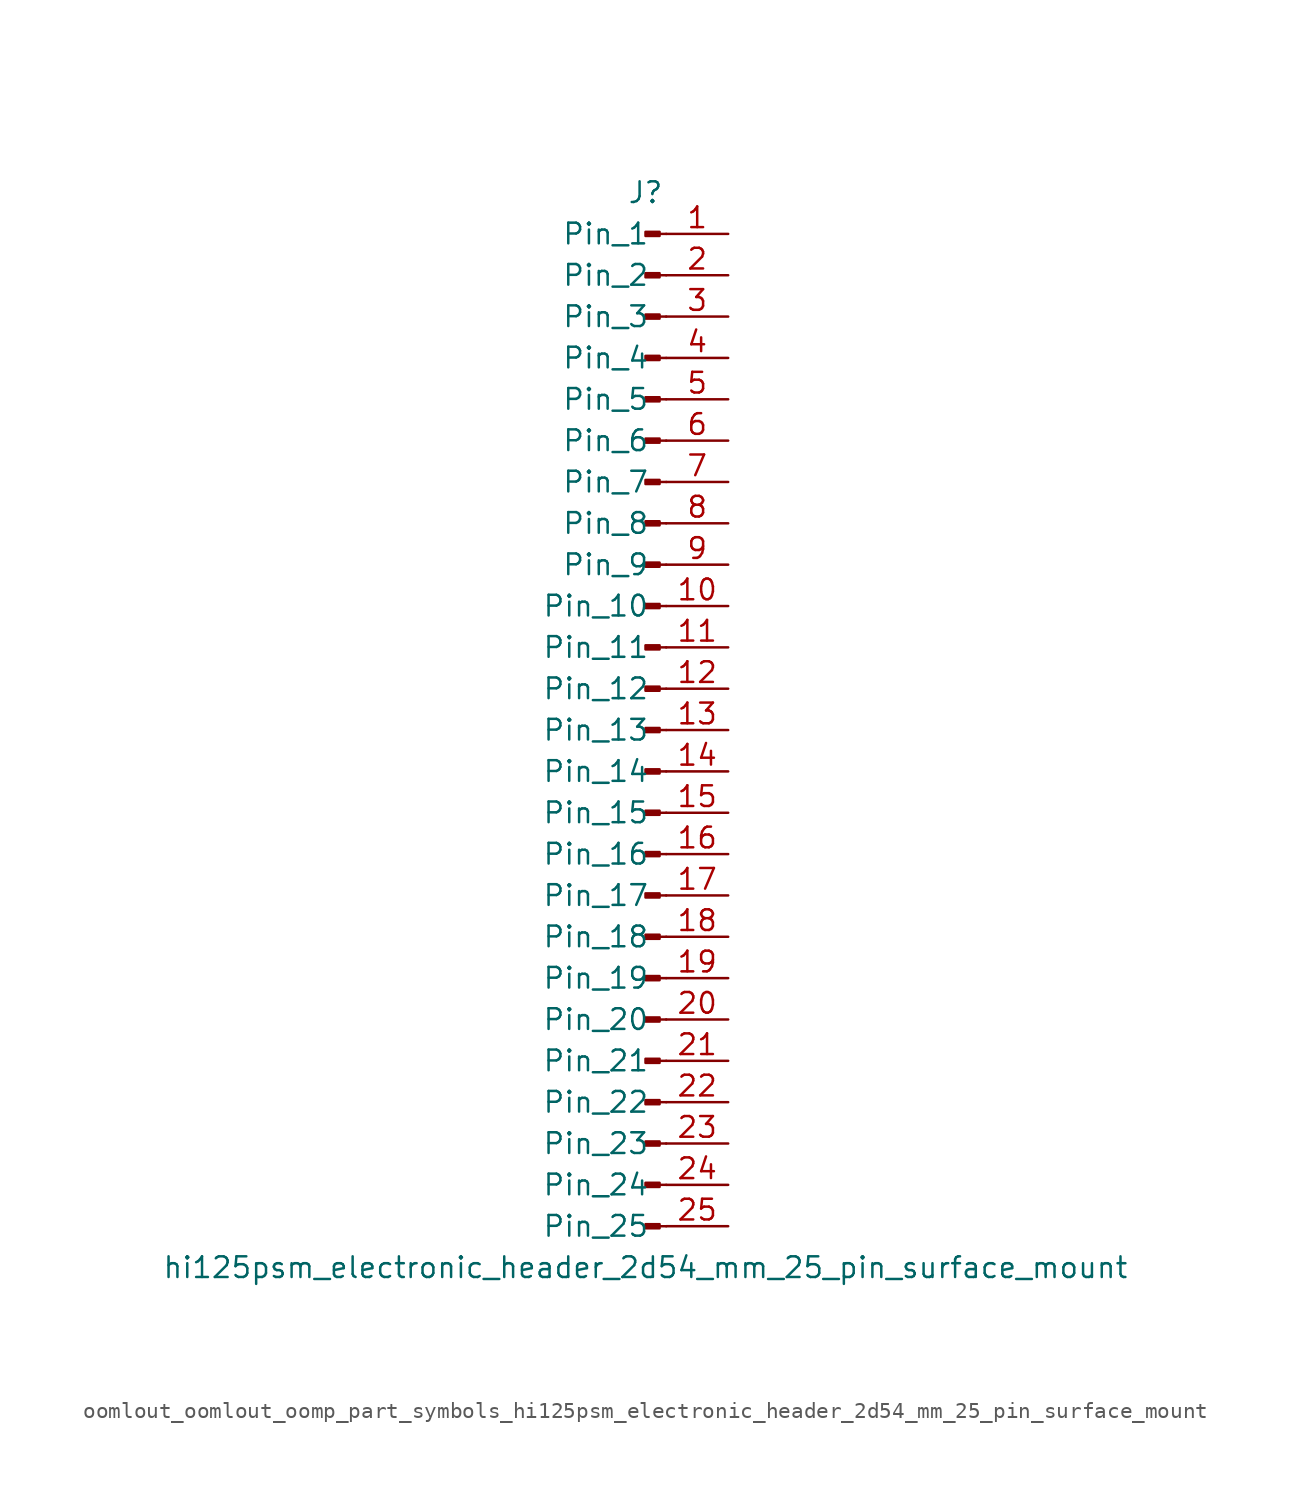
<source format=kicad_sym>
(kicad_symbol_lib
  (version 20220914)
  (generator kicad_symbol_editor)
  (symbol "oomlout_oomlout_oomp_part_symbols_hi125psm_electronic_header_2d54_mm_25_pin_surface_mount"
    (pin_names
      (offset 1.016))
    (property "Reference" "J"
      (at 0 33.02 0)
      (effects (font (size 1.27 1.27))))
    (property "Value" "hi125psm_electronic_header_2d54_mm_25_pin_surface_mount"
      (at 0 -33.02 0)
      (effects (font (size 1.27 1.27))))
    (property "ki_locked" ""
      (at 0 0 0)
      (effects (font (size 1.27 1.27))))
    (symbol "oomlout_oomlout_oomp_part_symbols_hi125psm_electronic_header_2d54_mm_25_pin_surface_mount_1_1"
      (polyline (pts (xy 1.27 -30.48) (xy 0.864 -30.48)) (stroke (width 0.152) (type default)) (fill (type none)))
      (polyline (pts (xy 1.27 -27.94) (xy 0.864 -27.94)) (stroke (width 0.152) (type default)) (fill (type none)))
      (polyline (pts (xy 1.27 -25.4) (xy 0.864 -25.4)) (stroke (width 0.152) (type default)) (fill (type none)))
      (polyline (pts (xy 1.27 -22.86) (xy 0.864 -22.86)) (stroke (width 0.152) (type default)) (fill (type none)))
      (polyline (pts (xy 1.27 -20.32) (xy 0.864 -20.32)) (stroke (width 0.152) (type default)) (fill (type none)))
      (polyline (pts (xy 1.27 -17.78) (xy 0.864 -17.78)) (stroke (width 0.152) (type default)) (fill (type none)))
      (polyline (pts (xy 1.27 -15.24) (xy 0.864 -15.24)) (stroke (width 0.152) (type default)) (fill (type none)))
      (polyline (pts (xy 1.27 -12.7) (xy 0.864 -12.7)) (stroke (width 0.152) (type default)) (fill (type none)))
      (polyline (pts (xy 1.27 -10.16) (xy 0.864 -10.16)) (stroke (width 0.152) (type default)) (fill (type none)))
      (polyline (pts (xy 1.27 -7.62) (xy 0.864 -7.62)) (stroke (width 0.152) (type default)) (fill (type none)))
      (polyline (pts (xy 1.27 -5.08) (xy 0.864 -5.08)) (stroke (width 0.152) (type default)) (fill (type none)))
      (polyline (pts (xy 1.27 -2.54) (xy 0.864 -2.54)) (stroke (width 0.152) (type default)) (fill (type none)))
      (polyline (pts (xy 1.27 0) (xy 0.864 0)) (stroke (width 0.152) (type default)) (fill (type none)))
      (polyline (pts (xy 1.27 2.54) (xy 0.864 2.54)) (stroke (width 0.152) (type default)) (fill (type none)))
      (polyline (pts (xy 1.27 5.08) (xy 0.864 5.08)) (stroke (width 0.152) (type default)) (fill (type none)))
      (polyline (pts (xy 1.27 7.62) (xy 0.864 7.62)) (stroke (width 0.152) (type default)) (fill (type none)))
      (polyline (pts (xy 1.27 10.16) (xy 0.864 10.16)) (stroke (width 0.152) (type default)) (fill (type none)))
      (polyline (pts (xy 1.27 12.7) (xy 0.864 12.7)) (stroke (width 0.152) (type default)) (fill (type none)))
      (polyline (pts (xy 1.27 15.24) (xy 0.864 15.24)) (stroke (width 0.152) (type default)) (fill (type none)))
      (polyline (pts (xy 1.27 17.78) (xy 0.864 17.78)) (stroke (width 0.152) (type default)) (fill (type none)))
      (polyline (pts (xy 1.27 20.32) (xy 0.864 20.32)) (stroke (width 0.152) (type default)) (fill (type none)))
      (polyline (pts (xy 1.27 22.86) (xy 0.864 22.86)) (stroke (width 0.152) (type default)) (fill (type none)))
      (polyline (pts (xy 1.27 25.4) (xy 0.864 25.4)) (stroke (width 0.152) (type default)) (fill (type none)))
      (polyline (pts (xy 1.27 27.94) (xy 0.864 27.94)) (stroke (width 0.152) (type default)) (fill (type none)))
      (polyline (pts (xy 1.27 30.48) (xy 0.864 30.48)) (stroke (width 0.152) (type default)) (fill (type none)))
      (rectangle (start 0.864 -30.353) (end 0 -30.607) (stroke (width 0.152) (type default)) (fill (type outline)))
      (rectangle (start 0.864 -27.813) (end 0 -28.067) (stroke (width 0.152) (type default)) (fill (type outline)))
      (rectangle (start 0.864 -25.273) (end 0 -25.527) (stroke (width 0.152) (type default)) (fill (type outline)))
      (rectangle (start 0.864 -22.733) (end 0 -22.987) (stroke (width 0.152) (type default)) (fill (type outline)))
      (rectangle (start 0.864 -20.193) (end 0 -20.447) (stroke (width 0.152) (type default)) (fill (type outline)))
      (rectangle (start 0.864 -17.653) (end 0 -17.907) (stroke (width 0.152) (type default)) (fill (type outline)))
      (rectangle (start 0.864 -15.113) (end 0 -15.367) (stroke (width 0.152) (type default)) (fill (type outline)))
      (rectangle (start 0.864 -12.573) (end 0 -12.827) (stroke (width 0.152) (type default)) (fill (type outline)))
      (rectangle (start 0.864 -10.033) (end 0 -10.287) (stroke (width 0.152) (type default)) (fill (type outline)))
      (rectangle (start 0.864 -7.493) (end 0 -7.747) (stroke (width 0.152) (type default)) (fill (type outline)))
      (rectangle (start 0.864 -4.953) (end 0 -5.207) (stroke (width 0.152) (type default)) (fill (type outline)))
      (rectangle (start 0.864 -2.413) (end 0 -2.667) (stroke (width 0.152) (type default)) (fill (type outline)))
      (rectangle (start 0.864 0.127) (end 0 -0.127) (stroke (width 0.152) (type default)) (fill (type outline)))
      (rectangle (start 0.864 2.667) (end 0 2.413) (stroke (width 0.152) (type default)) (fill (type outline)))
      (rectangle (start 0.864 5.207) (end 0 4.953) (stroke (width 0.152) (type default)) (fill (type outline)))
      (rectangle (start 0.864 7.747) (end 0 7.493) (stroke (width 0.152) (type default)) (fill (type outline)))
      (rectangle (start 0.864 10.287) (end 0 10.033) (stroke (width 0.152) (type default)) (fill (type outline)))
      (rectangle (start 0.864 12.827) (end 0 12.573) (stroke (width 0.152) (type default)) (fill (type outline)))
      (rectangle (start 0.864 15.367) (end 0 15.113) (stroke (width 0.152) (type default)) (fill (type outline)))
      (rectangle (start 0.864 17.907) (end 0 17.653) (stroke (width 0.152) (type default)) (fill (type outline)))
      (rectangle (start 0.864 20.447) (end 0 20.193) (stroke (width 0.152) (type default)) (fill (type outline)))
      (rectangle (start 0.864 22.987) (end 0 22.733) (stroke (width 0.152) (type default)) (fill (type outline)))
      (rectangle (start 0.864 25.527) (end 0 25.273) (stroke (width 0.152) (type default)) (fill (type outline)))
      (rectangle (start 0.864 28.067) (end 0 27.813) (stroke (width 0.152) (type default)) (fill (type outline)))
      (rectangle (start 0.864 30.607) (end 0 30.353) (stroke (width 0.152) (type default)) (fill (type outline)))
      (pin passive line (at 5.08 30.48 180) (length 3.81) (name "Pin_1" (effects (font (size 1.27 1.27)))) (number "1" (effects (font (size 1.27 1.27)))))
      (pin passive line (at 5.08 7.62 180) (length 3.81) (name "Pin_10" (effects (font (size 1.27 1.27)))) (number "10" (effects (font (size 1.27 1.27)))))
      (pin passive line (at 5.08 5.08 180) (length 3.81) (name "Pin_11" (effects (font (size 1.27 1.27)))) (number "11" (effects (font (size 1.27 1.27)))))
      (pin passive line (at 5.08 2.54 180) (length 3.81) (name "Pin_12" (effects (font (size 1.27 1.27)))) (number "12" (effects (font (size 1.27 1.27)))))
      (pin passive line (at 5.08 0 180) (length 3.81) (name "Pin_13" (effects (font (size 1.27 1.27)))) (number "13" (effects (font (size 1.27 1.27)))))
      (pin passive line (at 5.08 -2.54 180) (length 3.81) (name "Pin_14" (effects (font (size 1.27 1.27)))) (number "14" (effects (font (size 1.27 1.27)))))
      (pin passive line (at 5.08 -5.08 180) (length 3.81) (name "Pin_15" (effects (font (size 1.27 1.27)))) (number "15" (effects (font (size 1.27 1.27)))))
      (pin passive line (at 5.08 -7.62 180) (length 3.81) (name "Pin_16" (effects (font (size 1.27 1.27)))) (number "16" (effects (font (size 1.27 1.27)))))
      (pin passive line (at 5.08 -10.16 180) (length 3.81) (name "Pin_17" (effects (font (size 1.27 1.27)))) (number "17" (effects (font (size 1.27 1.27)))))
      (pin passive line (at 5.08 -12.7 180) (length 3.81) (name "Pin_18" (effects (font (size 1.27 1.27)))) (number "18" (effects (font (size 1.27 1.27)))))
      (pin passive line (at 5.08 -15.24 180) (length 3.81) (name "Pin_19" (effects (font (size 1.27 1.27)))) (number "19" (effects (font (size 1.27 1.27)))))
      (pin passive line (at 5.08 27.94 180) (length 3.81) (name "Pin_2" (effects (font (size 1.27 1.27)))) (number "2" (effects (font (size 1.27 1.27)))))
      (pin passive line (at 5.08 -17.78 180) (length 3.81) (name "Pin_20" (effects (font (size 1.27 1.27)))) (number "20" (effects (font (size 1.27 1.27)))))
      (pin passive line (at 5.08 -20.32 180) (length 3.81) (name "Pin_21" (effects (font (size 1.27 1.27)))) (number "21" (effects (font (size 1.27 1.27)))))
      (pin passive line (at 5.08 -22.86 180) (length 3.81) (name "Pin_22" (effects (font (size 1.27 1.27)))) (number "22" (effects (font (size 1.27 1.27)))))
      (pin passive line (at 5.08 -25.4 180) (length 3.81) (name "Pin_23" (effects (font (size 1.27 1.27)))) (number "23" (effects (font (size 1.27 1.27)))))
      (pin passive line (at 5.08 -27.94 180) (length 3.81) (name "Pin_24" (effects (font (size 1.27 1.27)))) (number "24" (effects (font (size 1.27 1.27)))))
      (pin passive line (at 5.08 -30.48 180) (length 3.81) (name "Pin_25" (effects (font (size 1.27 1.27)))) (number "25" (effects (font (size 1.27 1.27)))))
      (pin passive line (at 5.08 25.4 180) (length 3.81) (name "Pin_3" (effects (font (size 1.27 1.27)))) (number "3" (effects (font (size 1.27 1.27)))))
      (pin passive line (at 5.08 22.86 180) (length 3.81) (name "Pin_4" (effects (font (size 1.27 1.27)))) (number "4" (effects (font (size 1.27 1.27)))))
      (pin passive line (at 5.08 20.32 180) (length 3.81) (name "Pin_5" (effects (font (size 1.27 1.27)))) (number "5" (effects (font (size 1.27 1.27)))))
      (pin passive line (at 5.08 17.78 180) (length 3.81) (name "Pin_6" (effects (font (size 1.27 1.27)))) (number "6" (effects (font (size 1.27 1.27)))))
      (pin passive line (at 5.08 15.24 180) (length 3.81) (name "Pin_7" (effects (font (size 1.27 1.27)))) (number "7" (effects (font (size 1.27 1.27)))))
      (pin passive line (at 5.08 12.7 180) (length 3.81) (name "Pin_8" (effects (font (size 1.27 1.27)))) (number "8" (effects (font (size 1.27 1.27)))))
      (pin passive line (at 5.08 10.16 180) (length 3.81) (name "Pin_9" (effects (font (size 1.27 1.27)))) (number "9" (effects (font (size 1.27 1.27))))))))
</source>
